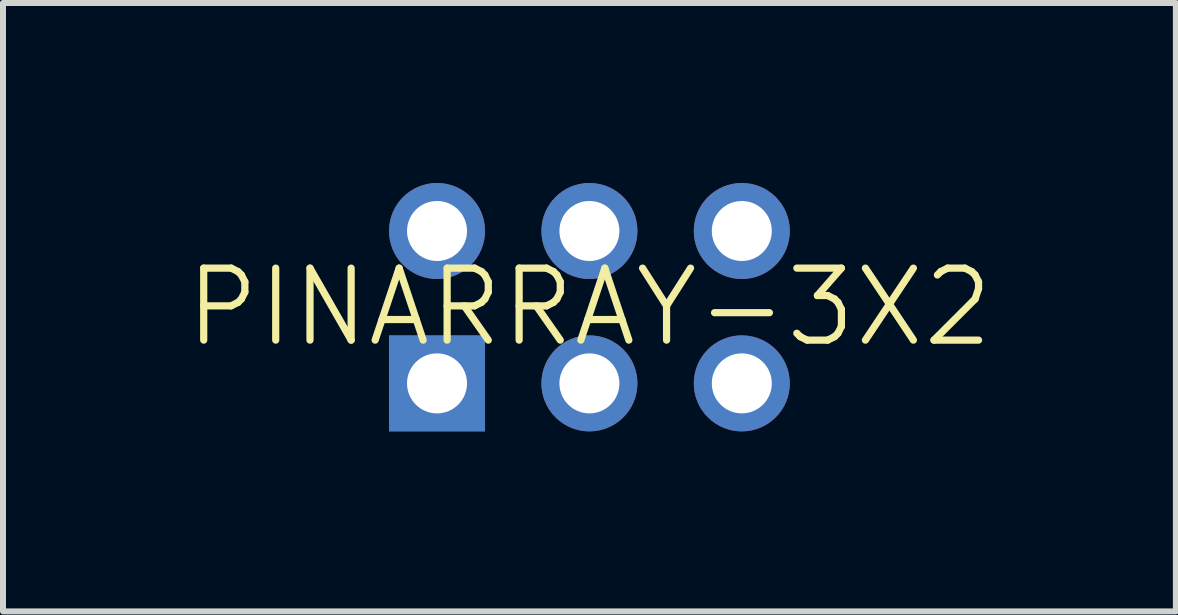
<source format=kicad_pcb>
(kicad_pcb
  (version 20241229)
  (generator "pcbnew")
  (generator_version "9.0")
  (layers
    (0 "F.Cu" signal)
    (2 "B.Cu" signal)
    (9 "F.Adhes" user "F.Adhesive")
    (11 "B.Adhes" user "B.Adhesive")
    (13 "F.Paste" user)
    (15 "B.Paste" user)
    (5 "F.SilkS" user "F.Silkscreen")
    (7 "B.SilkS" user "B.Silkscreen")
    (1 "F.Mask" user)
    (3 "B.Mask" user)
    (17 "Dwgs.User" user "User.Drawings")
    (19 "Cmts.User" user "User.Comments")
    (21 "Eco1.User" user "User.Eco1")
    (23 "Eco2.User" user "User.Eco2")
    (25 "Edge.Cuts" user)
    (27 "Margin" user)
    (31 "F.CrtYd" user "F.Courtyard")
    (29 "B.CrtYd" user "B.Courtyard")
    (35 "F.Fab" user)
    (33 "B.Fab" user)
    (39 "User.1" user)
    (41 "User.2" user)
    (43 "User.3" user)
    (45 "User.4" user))
  (footprint "PINARRAY-3X2"
    (layer "F.Cu")
    (at 6.774 2.07)
    (property "Reference" "PINARRAY-3X2" (at 0 0 0) (layer "F.SilkS") (effects (font (size 1.2 1.2) (thickness 0.12))))
    (attr through_hole)
    (pad "1" thru_hole rect (at -2.54 1.27) (size 1.6 1.6) (drill 1) (layers "*.Cu" "*.Mask"))
    (pad "2" thru_hole circle (at -2.54 -1.27) (size 1.6 1.6) (drill 1) (layers "*.Cu" "*.Mask"))
    (pad "3" thru_hole circle (at 0 1.27) (size 1.6 1.6) (drill 1) (layers "*.Cu" "*.Mask"))
    (pad "4" thru_hole circle (at 0 -1.27) (size 1.6 1.6) (drill 1) (layers "*.Cu" "*.Mask"))
    (pad "5" thru_hole circle (at 2.54 1.27) (size 1.6 1.6) (drill 1) (layers "*.Cu" "*.Mask"))
    (pad "6" thru_hole circle (at 2.54 -1.27) (size 1.6 1.6) (drill 1) (layers "*.Cu" "*.Mask")))
  (gr_rect
    (start -3 -3)
    (end 16.549 7.14)
    (stroke (width 0.1) (type default))
    (fill no)
    (layer "Edge.Cuts")))
</source>
